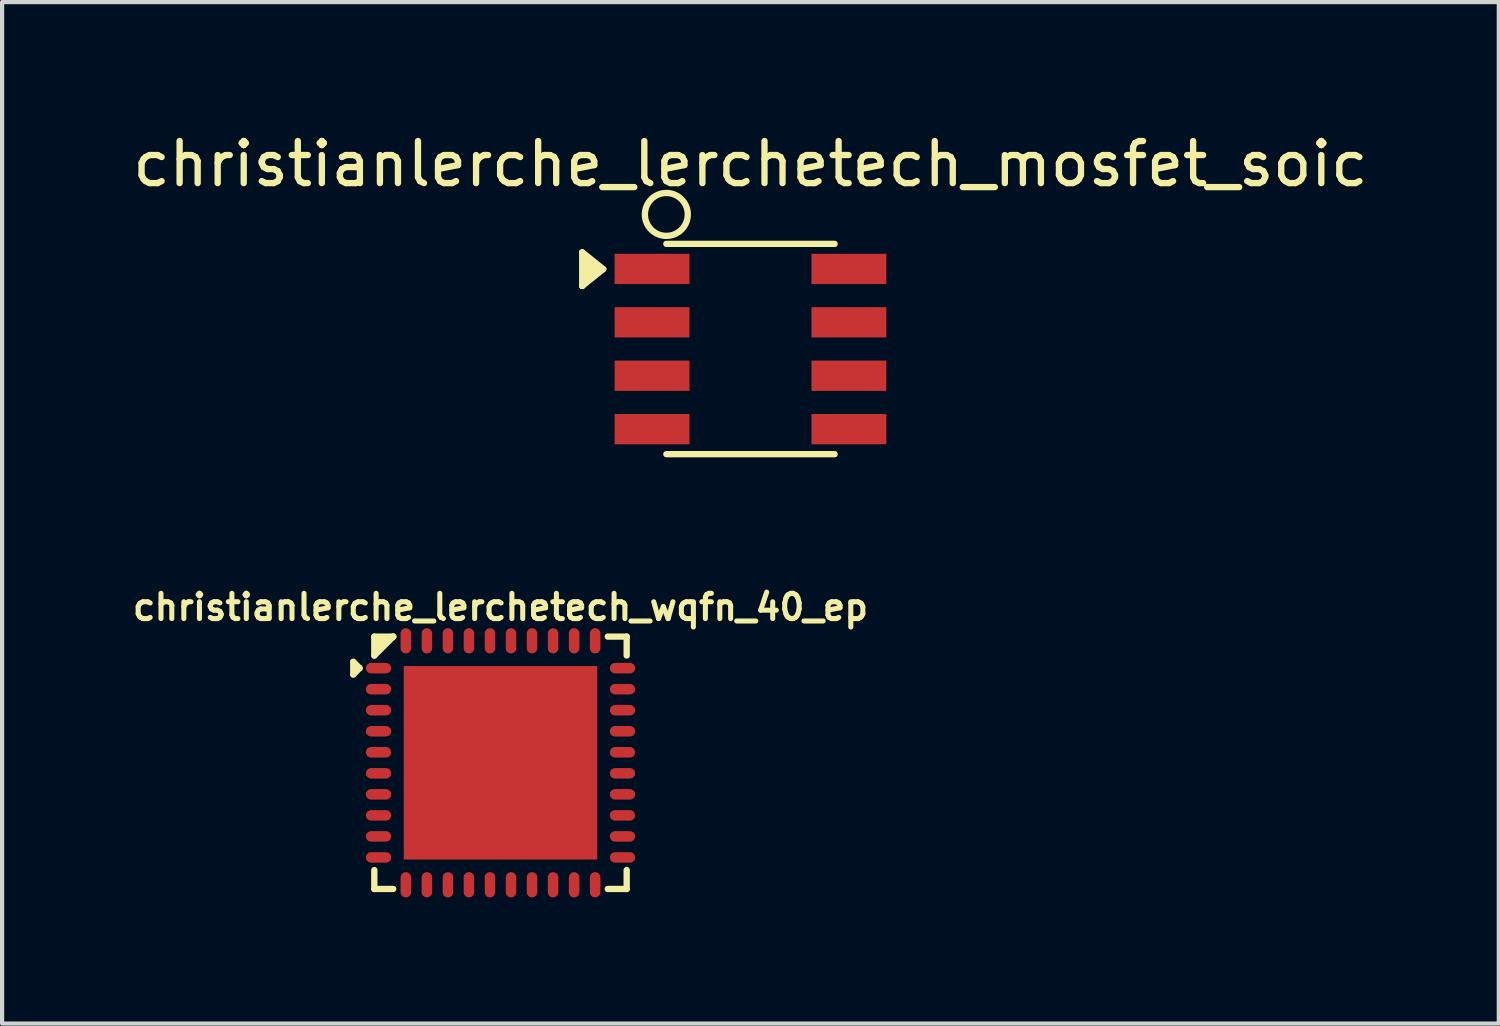
<source format=kicad_pcb>
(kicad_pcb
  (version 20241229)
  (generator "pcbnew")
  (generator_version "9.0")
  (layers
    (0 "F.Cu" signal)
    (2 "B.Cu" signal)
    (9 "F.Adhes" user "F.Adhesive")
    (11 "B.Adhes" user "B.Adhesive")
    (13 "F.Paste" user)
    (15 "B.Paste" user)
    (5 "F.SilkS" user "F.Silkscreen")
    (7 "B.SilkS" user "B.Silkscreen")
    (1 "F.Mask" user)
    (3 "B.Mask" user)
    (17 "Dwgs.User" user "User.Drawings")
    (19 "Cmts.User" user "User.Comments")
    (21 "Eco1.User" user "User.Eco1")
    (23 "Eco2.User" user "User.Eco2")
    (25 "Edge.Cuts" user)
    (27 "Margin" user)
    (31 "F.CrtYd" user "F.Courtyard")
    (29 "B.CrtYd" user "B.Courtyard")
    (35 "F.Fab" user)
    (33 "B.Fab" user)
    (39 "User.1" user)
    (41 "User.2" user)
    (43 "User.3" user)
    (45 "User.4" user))
  (footprint "christianlerche_lerchetech_wqfn_40_ep"
    (layer "F.Cu")
    (at 8.849 15.085)
    (property "Reference" "christianlerche_lerchetech_wqfn_40_ep" (at 0 -3.7 0) (layer "F.SilkS") (effects (font (size 0.6 0.6) (thickness 0.12))))
    (attr through_hole)
    (fp_line (start -3.5 -2.4) (end -3.5 -2.1) (stroke (width 0.15) (type solid)) (layer "F.SilkS"))
    (fp_line (start -3.5 -2.1) (end -3.35 -2.25) (stroke (width 0.15) (type solid)) (layer "F.SilkS"))
    (fp_line (start -3.35 -2.25) (end -3.5 -2.4) (stroke (width 0.15) (type solid)) (layer "F.SilkS"))
    (fp_line (start -3 -3) (end -3 -2.55) (stroke (width 0.15) (type solid)) (layer "F.SilkS"))
    (fp_line (start -3 -3) (end -2.55 -3) (stroke (width 0.15) (type solid)) (layer "F.SilkS"))
    (fp_line (start -3 -2.55) (end -2.55 -3) (stroke (width 0.15) (type solid)) (layer "F.SilkS"))
    (fp_line (start -3 2.55) (end -3 3) (stroke (width 0.15) (type solid)) (layer "F.SilkS"))
    (fp_line (start -3 3) (end -2.55 3) (stroke (width 0.15) (type solid)) (layer "F.SilkS"))
    (fp_line (start -2.9 -2.9) (end -2.85 -2.9) (stroke (width 0.15) (type solid)) (layer "F.SilkS"))
    (fp_line (start -2.9 -2.8) (end -2.9 -2.9) (stroke (width 0.15) (type solid)) (layer "F.SilkS"))
    (fp_line (start -2.85 -2.9) (end -2.8 -2.9) (stroke (width 0.15) (type solid)) (layer "F.SilkS"))
    (fp_line (start -2.55 -3) (end -2.9 -2.8) (stroke (width 0.15) (type solid)) (layer "F.SilkS"))
    (fp_line (start 2.55 -3) (end 3 -3) (stroke (width 0.15) (type solid)) (layer "F.SilkS"))
    (fp_line (start 2.55 3) (end 3 3) (stroke (width 0.15) (type solid)) (layer "F.SilkS"))
    (fp_line (start 3 -3) (end 3 -2.55) (stroke (width 0.15) (type solid)) (layer "F.SilkS"))
    (fp_line (start 3 3) (end 3 2.55) (stroke (width 0.15) (type solid)) (layer "F.SilkS"))
    (pad "1" smd oval (at -2.9 -2.25) (size 0.6 0.25) (layers "F.Cu" "F.Mask" "F.Paste"))
    (pad "2" smd oval (at -2.9 -1.75) (size 0.6 0.25) (layers "F.Cu" "F.Mask" "F.Paste"))
    (pad "3" smd oval (at -2.9 -1.25) (size 0.6 0.25) (layers "F.Cu" "F.Mask" "F.Paste"))
    (pad "4" smd oval (at -2.9 -0.75) (size 0.6 0.25) (layers "F.Cu" "F.Mask" "F.Paste"))
    (pad "5" smd oval (at -2.9 -0.25) (size 0.6 0.25) (layers "F.Cu" "F.Mask" "F.Paste"))
    (pad "6" smd oval (at -2.9 0.25) (size 0.6 0.25) (layers "F.Cu" "F.Mask" "F.Paste"))
    (pad "7" smd oval (at -2.9 0.75) (size 0.6 0.25) (layers "F.Cu" "F.Mask" "F.Paste"))
    (pad "8" smd oval (at -2.9 1.25) (size 0.6 0.25) (layers "F.Cu" "F.Mask" "F.Paste"))
    (pad "9" smd oval (at -2.9 1.75) (size 0.6 0.25) (layers "F.Cu" "F.Mask" "F.Paste"))
    (pad "10" smd oval (at -2.9 2.25) (size 0.6 0.25) (layers "F.Cu" "F.Mask" "F.Paste"))
    (pad "11" smd oval (at -2.25 2.9) (size 0.25 0.6) (layers "F.Cu" "F.Mask" "F.Paste"))
    (pad "12" smd oval (at -1.75 2.9) (size 0.25 0.6) (layers "F.Cu" "F.Mask" "F.Paste"))
    (pad "13" smd oval (at -1.25 2.9) (size 0.25 0.6) (layers "F.Cu" "F.Mask" "F.Paste"))
    (pad "14" smd oval (at -0.75 2.9) (size 0.25 0.6) (layers "F.Cu" "F.Mask" "F.Paste"))
    (pad "15" smd oval (at -0.25 2.9) (size 0.25 0.6) (layers "F.Cu" "F.Mask" "F.Paste"))
    (pad "16" smd oval (at 0.25 2.9) (size 0.25 0.6) (layers "F.Cu" "F.Mask" "F.Paste"))
    (pad "17" smd oval (at 0.75 2.9) (size 0.25 0.6) (layers "F.Cu" "F.Mask" "F.Paste"))
    (pad "18" smd oval (at 1.25 2.9) (size 0.25 0.6) (layers "F.Cu" "F.Mask" "F.Paste"))
    (pad "19" smd oval (at 1.75 2.9) (size 0.25 0.6) (layers "F.Cu" "F.Mask" "F.Paste"))
    (pad "20" smd oval (at 2.25 2.9) (size 0.25 0.6) (layers "F.Cu" "F.Mask" "F.Paste"))
    (pad "21" smd oval (at 2.9 2.25) (size 0.6 0.25) (layers "F.Cu" "F.Mask" "F.Paste"))
    (pad "22" smd oval (at 2.9 1.75) (size 0.6 0.25) (layers "F.Cu" "F.Mask" "F.Paste"))
    (pad "23" smd oval (at 2.9 1.25) (size 0.6 0.25) (layers "F.Cu" "F.Mask" "F.Paste"))
    (pad "24" smd oval (at 2.9 0.75) (size 0.6 0.25) (layers "F.Cu" "F.Mask" "F.Paste"))
    (pad "25" smd oval (at 2.9 0.25) (size 0.6 0.25) (layers "F.Cu" "F.Mask" "F.Paste"))
    (pad "26" smd oval (at 2.9 -0.25) (size 0.6 0.25) (layers "F.Cu" "F.Mask" "F.Paste"))
    (pad "27" smd oval (at 2.9 -0.75) (size 0.6 0.25) (layers "F.Cu" "F.Mask" "F.Paste"))
    (pad "28" smd oval (at 2.9 -1.25) (size 0.6 0.25) (layers "F.Cu" "F.Mask" "F.Paste"))
    (pad "29" smd oval (at 2.9 -1.75) (size 0.6 0.25) (layers "F.Cu" "F.Mask" "F.Paste"))
    (pad "30" smd oval (at 2.9 -2.25) (size 0.6 0.25) (layers "F.Cu" "F.Mask" "F.Paste"))
    (pad "31" smd oval (at 2.25 -2.9) (size 0.25 0.6) (layers "F.Cu" "F.Mask" "F.Paste"))
    (pad "32" smd oval (at 1.75 -2.9) (size 0.25 0.6) (layers "F.Cu" "F.Mask" "F.Paste"))
    (pad "33" smd oval (at 1.25 -2.9) (size 0.25 0.6) (layers "F.Cu" "F.Mask" "F.Paste"))
    (pad "34" smd oval (at 0.75 -2.9) (size 0.25 0.6) (layers "F.Cu" "F.Mask" "F.Paste"))
    (pad "35" smd oval (at 0.25 -2.9) (size 0.25 0.6) (layers "F.Cu" "F.Mask" "F.Paste"))
    (pad "36" smd oval (at -0.25 -2.9) (size 0.25 0.6) (layers "F.Cu" "F.Mask" "F.Paste"))
    (pad "37" smd oval (at -0.75 -2.9) (size 0.25 0.6) (layers "F.Cu" "F.Mask" "F.Paste"))
    (pad "38" smd oval (at -1.25 -2.9) (size 0.25 0.6) (layers "F.Cu" "F.Mask" "F.Paste"))
    (pad "39" smd oval (at -1.75 -2.9) (size 0.25 0.6) (layers "F.Cu" "F.Mask" "F.Paste"))
    (pad "40" smd oval (at -2.25 -2.9) (size 0.25 0.6) (layers "F.Cu" "F.Mask" "F.Paste"))
    (pad "EP" smd rect (at 0 0) (size 4.6 4.6) (layers "F.Cu" "F.Mask" "F.Paste")))
  (footprint "christianlerche_lerchetech_mosfet_soic"
    (layer "F.Cu")
    (at 14.792 5.248)
    (property "Reference" "christianlerche_lerchetech_mosfet_soic" (at 0 -4.4 0) (layer "F.SilkS") (effects (font (size 1 1) (thickness 0.15))))
    (attr through_hole)
    (fp_line (start -4 -2.3) (end -4 -1.5) (stroke (width 0.15) (type solid)) (layer "F.SilkS"))
    (fp_line (start -4 -1.5) (end -3.6 -1.9) (stroke (width 0.15) (type solid)) (layer "F.SilkS"))
    (fp_line (start -3.9 -2.1) (end -3.9 -2) (stroke (width 0.15) (type solid)) (layer "F.SilkS"))
    (fp_line (start -3.9 -2) (end -3.9 -1.9) (stroke (width 0.15) (type solid)) (layer "F.SilkS"))
    (fp_line (start -3.9 -1.8) (end -3.8 -2) (stroke (width 0.15) (type solid)) (layer "F.SilkS"))
    (fp_line (start -3.9 -1.7) (end -3.7 -2) (stroke (width 0.15) (type solid)) (layer "F.SilkS"))
    (fp_line (start -3.8 -2) (end -3.9 -2.1) (stroke (width 0.15) (type solid)) (layer "F.SilkS"))
    (fp_line (start -3.7 -2) (end -3.9 -1.8) (stroke (width 0.15) (type solid)) (layer "F.SilkS"))
    (fp_line (start -3.6 -1.9) (end -3.9 -1.7) (stroke (width 0.15) (type solid)) (layer "F.SilkS"))
    (fp_line (start -3.5 -1.9) (end -4 -2.3) (stroke (width 0.15) (type solid)) (layer "F.SilkS"))
    (fp_line (start -3.5 -1.9) (end -4 -1.5) (stroke (width 0.15) (type solid)) (layer "F.SilkS"))
    (fp_line (start -2 -2.5) (end 2 -2.5) (stroke (width 0.15) (type solid)) (layer "F.SilkS"))
    (fp_line (start -2 2.5) (end 2 2.5) (stroke (width 0.15) (type solid)) (layer "F.SilkS"))
    (fp_circle (center -2 -3.2) (end -1.5 -3.1) (stroke (width 0.15) (type solid)) (fill no) (layer "F.SilkS"))
    (pad "1" smd rect (at -2.34 1.905) (size 1.78 0.72) (layers "F.Cu" "F.Mask" "F.Paste"))
    (pad "2" smd rect (at -2.34 -1.905) (size 1.78 0.72) (layers "F.Cu" "F.Mask" "F.Paste"))
    (pad "2" smd rect (at -2.34 -0.635) (size 1.78 0.72) (layers "F.Cu" "F.Mask" "F.Paste"))
    (pad "2" smd rect (at -2.34 0.635) (size 1.78 0.72) (layers "F.Cu" "F.Mask" "F.Paste"))
    (pad "3" smd rect (at 2.34 -1.905) (size 1.78 0.72) (layers "F.Cu" "F.Mask" "F.Paste"))
    (pad "3" smd rect (at 2.34 -0.635) (size 1.78 0.72) (layers "F.Cu" "F.Mask" "F.Paste"))
    (pad "3" smd rect (at 2.34 0.635) (size 1.78 0.72) (layers "F.Cu" "F.Mask" "F.Paste"))
    (pad "3" smd rect (at 2.34 1.905) (size 1.78 0.72) (layers "F.Cu" "F.Mask" "F.Paste")))
  (gr_rect
    (start -3 -3)
    (end 32.583 21.285)
    (stroke (width 0.1) (type default))
    (fill no)
    (layer "Edge.Cuts")))
</source>
